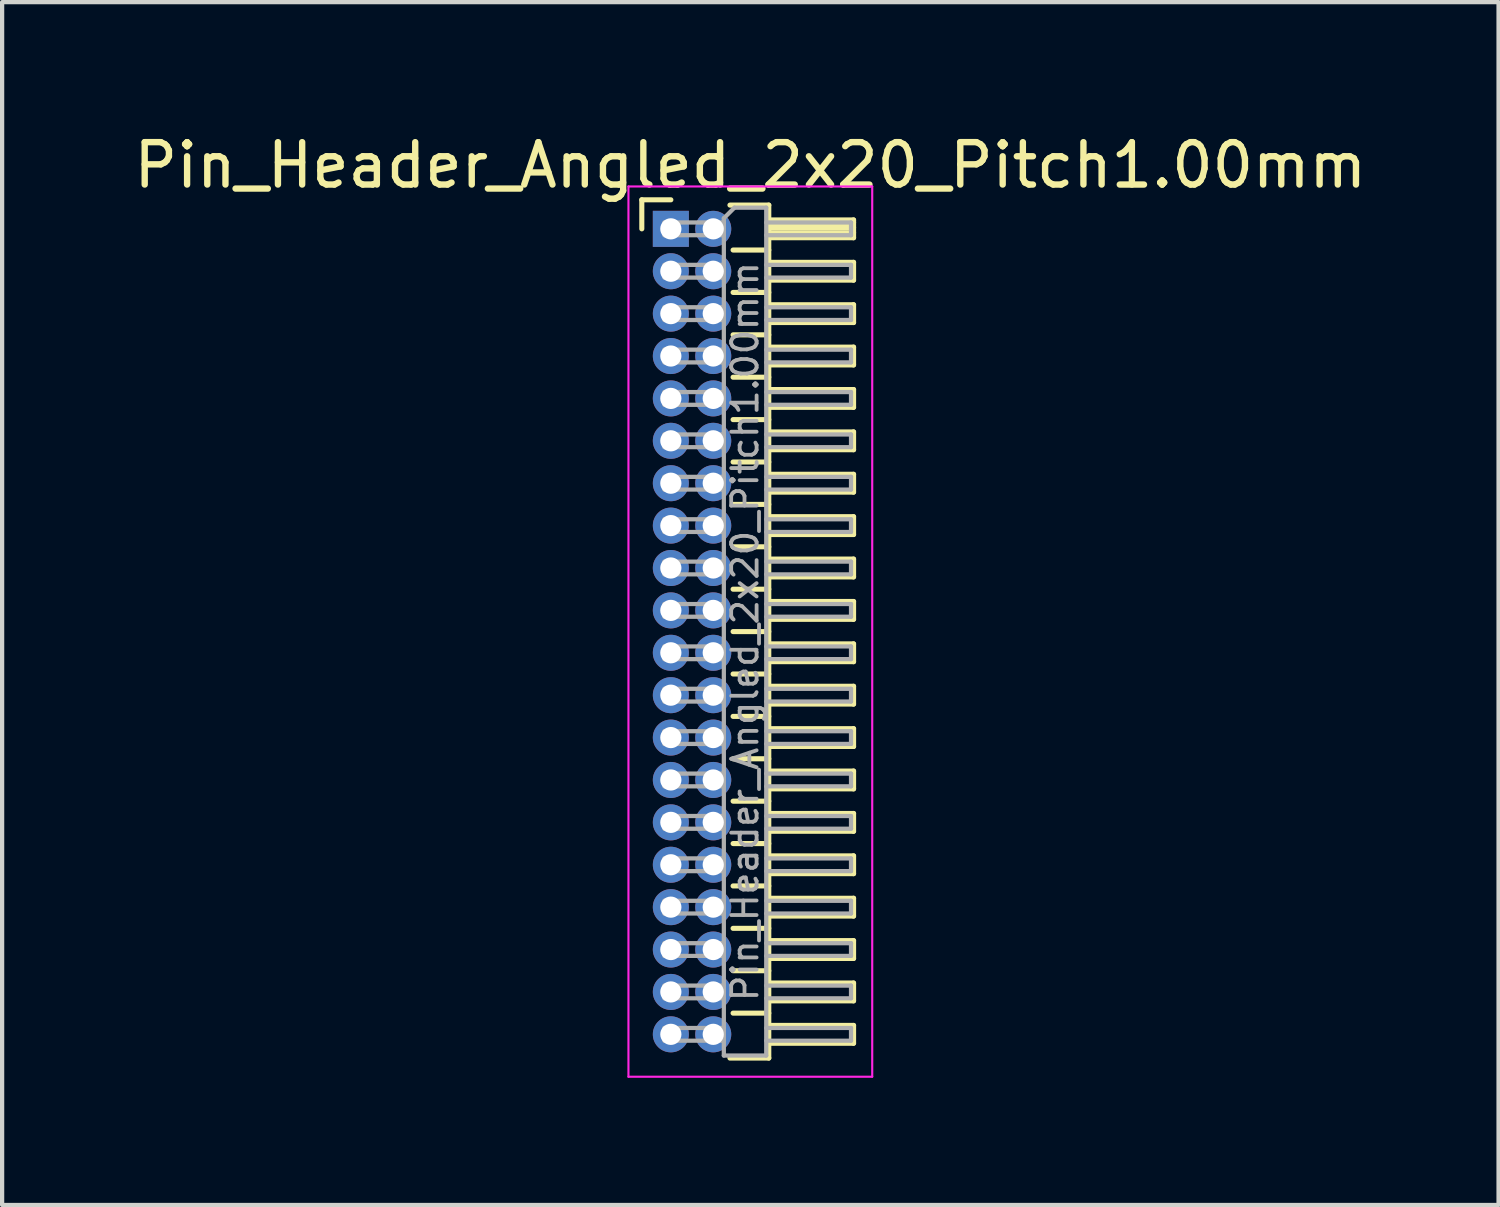
<source format=kicad_pcb>
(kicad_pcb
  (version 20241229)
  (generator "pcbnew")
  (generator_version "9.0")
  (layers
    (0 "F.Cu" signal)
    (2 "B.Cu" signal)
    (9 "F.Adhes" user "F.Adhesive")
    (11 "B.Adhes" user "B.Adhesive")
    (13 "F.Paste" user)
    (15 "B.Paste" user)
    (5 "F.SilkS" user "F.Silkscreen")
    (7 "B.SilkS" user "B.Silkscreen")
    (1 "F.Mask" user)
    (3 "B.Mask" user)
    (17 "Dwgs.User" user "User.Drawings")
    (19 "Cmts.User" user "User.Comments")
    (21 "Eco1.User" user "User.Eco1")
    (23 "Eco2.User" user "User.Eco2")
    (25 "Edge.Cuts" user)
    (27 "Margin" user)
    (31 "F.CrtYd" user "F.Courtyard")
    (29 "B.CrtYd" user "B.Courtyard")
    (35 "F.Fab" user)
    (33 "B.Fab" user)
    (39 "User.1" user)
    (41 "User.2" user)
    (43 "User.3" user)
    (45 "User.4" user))
  (footprint "Pin_Header_Angled_2x20_Pitch1.00mm"
    (layer "F.Cu")
    (at 12.774 2.348)
    (property "Reference" "Pin_Header_Angled_2x20_Pitch1.00mm" (at 1.875 -1.5 0) (layer "F.SilkS") (effects (font (size 1 1) (thickness 0.15))))
    (attr through_hole)
    (fp_line (start -0.685 -0.685) (end 0 -0.685) (stroke (width 0.12) (type solid)) (layer "F.SilkS"))
    (fp_line (start -0.685 0) (end -0.685 -0.685) (stroke (width 0.12) (type solid)) (layer "F.SilkS"))
    (fp_line (start 1.394 -0.56) (end 2.31 -0.56) (stroke (width 0.12) (type solid)) (layer "F.SilkS"))
    (fp_line (start 1.468 0.5) (end 2.31 0.5) (stroke (width 0.12) (type solid)) (layer "F.SilkS"))
    (fp_line (start 1.468 1.5) (end 2.31 1.5) (stroke (width 0.12) (type solid)) (layer "F.SilkS"))
    (fp_line (start 1.468 2.5) (end 2.31 2.5) (stroke (width 0.12) (type solid)) (layer "F.SilkS"))
    (fp_line (start 1.468 3.5) (end 2.31 3.5) (stroke (width 0.12) (type solid)) (layer "F.SilkS"))
    (fp_line (start 1.468 4.5) (end 2.31 4.5) (stroke (width 0.12) (type solid)) (layer "F.SilkS"))
    (fp_line (start 1.468 5.5) (end 2.31 5.5) (stroke (width 0.12) (type solid)) (layer "F.SilkS"))
    (fp_line (start 1.468 6.5) (end 2.31 6.5) (stroke (width 0.12) (type solid)) (layer "F.SilkS"))
    (fp_line (start 1.468 7.5) (end 2.31 7.5) (stroke (width 0.12) (type solid)) (layer "F.SilkS"))
    (fp_line (start 1.468 8.5) (end 2.31 8.5) (stroke (width 0.12) (type solid)) (layer "F.SilkS"))
    (fp_line (start 1.468 9.5) (end 2.31 9.5) (stroke (width 0.12) (type solid)) (layer "F.SilkS"))
    (fp_line (start 1.468 10.5) (end 2.31 10.5) (stroke (width 0.12) (type solid)) (layer "F.SilkS"))
    (fp_line (start 1.468 11.5) (end 2.31 11.5) (stroke (width 0.12) (type solid)) (layer "F.SilkS"))
    (fp_line (start 1.468 12.5) (end 2.31 12.5) (stroke (width 0.12) (type solid)) (layer "F.SilkS"))
    (fp_line (start 1.468 13.5) (end 2.31 13.5) (stroke (width 0.12) (type solid)) (layer "F.SilkS"))
    (fp_line (start 1.468 14.5) (end 2.31 14.5) (stroke (width 0.12) (type solid)) (layer "F.SilkS"))
    (fp_line (start 1.468 15.5) (end 2.31 15.5) (stroke (width 0.12) (type solid)) (layer "F.SilkS"))
    (fp_line (start 1.468 16.5) (end 2.31 16.5) (stroke (width 0.12) (type solid)) (layer "F.SilkS"))
    (fp_line (start 1.468 17.5) (end 2.31 17.5) (stroke (width 0.12) (type solid)) (layer "F.SilkS"))
    (fp_line (start 1.468 18.5) (end 2.31 18.5) (stroke (width 0.12) (type solid)) (layer "F.SilkS"))
    (fp_line (start 2.31 -0.56) (end 2.31 19.56) (stroke (width 0.12) (type solid)) (layer "F.SilkS"))
    (fp_line (start 2.31 -0.21) (end 4.31 -0.21) (stroke (width 0.12) (type solid)) (layer "F.SilkS"))
    (fp_line (start 2.31 -0.15) (end 4.31 -0.15) (stroke (width 0.12) (type solid)) (layer "F.SilkS"))
    (fp_line (start 2.31 -0.03) (end 4.31 -0.03) (stroke (width 0.12) (type solid)) (layer "F.SilkS"))
    (fp_line (start 2.31 0.09) (end 4.31 0.09) (stroke (width 0.12) (type solid)) (layer "F.SilkS"))
    (fp_line (start 2.31 0.79) (end 4.31 0.79) (stroke (width 0.12) (type solid)) (layer "F.SilkS"))
    (fp_line (start 2.31 1.79) (end 4.31 1.79) (stroke (width 0.12) (type solid)) (layer "F.SilkS"))
    (fp_line (start 2.31 2.79) (end 4.31 2.79) (stroke (width 0.12) (type solid)) (layer "F.SilkS"))
    (fp_line (start 2.31 3.79) (end 4.31 3.79) (stroke (width 0.12) (type solid)) (layer "F.SilkS"))
    (fp_line (start 2.31 4.79) (end 4.31 4.79) (stroke (width 0.12) (type solid)) (layer "F.SilkS"))
    (fp_line (start 2.31 5.79) (end 4.31 5.79) (stroke (width 0.12) (type solid)) (layer "F.SilkS"))
    (fp_line (start 2.31 6.79) (end 4.31 6.79) (stroke (width 0.12) (type solid)) (layer "F.SilkS"))
    (fp_line (start 2.31 7.79) (end 4.31 7.79) (stroke (width 0.12) (type solid)) (layer "F.SilkS"))
    (fp_line (start 2.31 8.79) (end 4.31 8.79) (stroke (width 0.12) (type solid)) (layer "F.SilkS"))
    (fp_line (start 2.31 9.79) (end 4.31 9.79) (stroke (width 0.12) (type solid)) (layer "F.SilkS"))
    (fp_line (start 2.31 10.79) (end 4.31 10.79) (stroke (width 0.12) (type solid)) (layer "F.SilkS"))
    (fp_line (start 2.31 11.79) (end 4.31 11.79) (stroke (width 0.12) (type solid)) (layer "F.SilkS"))
    (fp_line (start 2.31 12.79) (end 4.31 12.79) (stroke (width 0.12) (type solid)) (layer "F.SilkS"))
    (fp_line (start 2.31 13.79) (end 4.31 13.79) (stroke (width 0.12) (type solid)) (layer "F.SilkS"))
    (fp_line (start 2.31 14.79) (end 4.31 14.79) (stroke (width 0.12) (type solid)) (layer "F.SilkS"))
    (fp_line (start 2.31 15.79) (end 4.31 15.79) (stroke (width 0.12) (type solid)) (layer "F.SilkS"))
    (fp_line (start 2.31 16.79) (end 4.31 16.79) (stroke (width 0.12) (type solid)) (layer "F.SilkS"))
    (fp_line (start 2.31 17.79) (end 4.31 17.79) (stroke (width 0.12) (type solid)) (layer "F.SilkS"))
    (fp_line (start 2.31 18.79) (end 4.31 18.79) (stroke (width 0.12) (type solid)) (layer "F.SilkS"))
    (fp_line (start 2.31 19.56) (end 1.394 19.56) (stroke (width 0.12) (type solid)) (layer "F.SilkS"))
    (fp_line (start 4.31 -0.21) (end 4.31 0.21) (stroke (width 0.12) (type solid)) (layer "F.SilkS"))
    (fp_line (start 4.31 0.21) (end 2.31 0.21) (stroke (width 0.12) (type solid)) (layer "F.SilkS"))
    (fp_line (start 4.31 0.79) (end 4.31 1.21) (stroke (width 0.12) (type solid)) (layer "F.SilkS"))
    (fp_line (start 4.31 1.21) (end 2.31 1.21) (stroke (width 0.12) (type solid)) (layer "F.SilkS"))
    (fp_line (start 4.31 1.79) (end 4.31 2.21) (stroke (width 0.12) (type solid)) (layer "F.SilkS"))
    (fp_line (start 4.31 2.21) (end 2.31 2.21) (stroke (width 0.12) (type solid)) (layer "F.SilkS"))
    (fp_line (start 4.31 2.79) (end 4.31 3.21) (stroke (width 0.12) (type solid)) (layer "F.SilkS"))
    (fp_line (start 4.31 3.21) (end 2.31 3.21) (stroke (width 0.12) (type solid)) (layer "F.SilkS"))
    (fp_line (start 4.31 3.79) (end 4.31 4.21) (stroke (width 0.12) (type solid)) (layer "F.SilkS"))
    (fp_line (start 4.31 4.21) (end 2.31 4.21) (stroke (width 0.12) (type solid)) (layer "F.SilkS"))
    (fp_line (start 4.31 4.79) (end 4.31 5.21) (stroke (width 0.12) (type solid)) (layer "F.SilkS"))
    (fp_line (start 4.31 5.21) (end 2.31 5.21) (stroke (width 0.12) (type solid)) (layer "F.SilkS"))
    (fp_line (start 4.31 5.79) (end 4.31 6.21) (stroke (width 0.12) (type solid)) (layer "F.SilkS"))
    (fp_line (start 4.31 6.21) (end 2.31 6.21) (stroke (width 0.12) (type solid)) (layer "F.SilkS"))
    (fp_line (start 4.31 6.79) (end 4.31 7.21) (stroke (width 0.12) (type solid)) (layer "F.SilkS"))
    (fp_line (start 4.31 7.21) (end 2.31 7.21) (stroke (width 0.12) (type solid)) (layer "F.SilkS"))
    (fp_line (start 4.31 7.79) (end 4.31 8.21) (stroke (width 0.12) (type solid)) (layer "F.SilkS"))
    (fp_line (start 4.31 8.21) (end 2.31 8.21) (stroke (width 0.12) (type solid)) (layer "F.SilkS"))
    (fp_line (start 4.31 8.79) (end 4.31 9.21) (stroke (width 0.12) (type solid)) (layer "F.SilkS"))
    (fp_line (start 4.31 9.21) (end 2.31 9.21) (stroke (width 0.12) (type solid)) (layer "F.SilkS"))
    (fp_line (start 4.31 9.79) (end 4.31 10.21) (stroke (width 0.12) (type solid)) (layer "F.SilkS"))
    (fp_line (start 4.31 10.21) (end 2.31 10.21) (stroke (width 0.12) (type solid)) (layer "F.SilkS"))
    (fp_line (start 4.31 10.79) (end 4.31 11.21) (stroke (width 0.12) (type solid)) (layer "F.SilkS"))
    (fp_line (start 4.31 11.21) (end 2.31 11.21) (stroke (width 0.12) (type solid)) (layer "F.SilkS"))
    (fp_line (start 4.31 11.79) (end 4.31 12.21) (stroke (width 0.12) (type solid)) (layer "F.SilkS"))
    (fp_line (start 4.31 12.21) (end 2.31 12.21) (stroke (width 0.12) (type solid)) (layer "F.SilkS"))
    (fp_line (start 4.31 12.79) (end 4.31 13.21) (stroke (width 0.12) (type solid)) (layer "F.SilkS"))
    (fp_line (start 4.31 13.21) (end 2.31 13.21) (stroke (width 0.12) (type solid)) (layer "F.SilkS"))
    (fp_line (start 4.31 13.79) (end 4.31 14.21) (stroke (width 0.12) (type solid)) (layer "F.SilkS"))
    (fp_line (start 4.31 14.21) (end 2.31 14.21) (stroke (width 0.12) (type solid)) (layer "F.SilkS"))
    (fp_line (start 4.31 14.79) (end 4.31 15.21) (stroke (width 0.12) (type solid)) (layer "F.SilkS"))
    (fp_line (start 4.31 15.21) (end 2.31 15.21) (stroke (width 0.12) (type solid)) (layer "F.SilkS"))
    (fp_line (start 4.31 15.79) (end 4.31 16.21) (stroke (width 0.12) (type solid)) (layer "F.SilkS"))
    (fp_line (start 4.31 16.21) (end 2.31 16.21) (stroke (width 0.12) (type solid)) (layer "F.SilkS"))
    (fp_line (start 4.31 16.79) (end 4.31 17.21) (stroke (width 0.12) (type solid)) (layer "F.SilkS"))
    (fp_line (start 4.31 17.21) (end 2.31 17.21) (stroke (width 0.12) (type solid)) (layer "F.SilkS"))
    (fp_line (start 4.31 17.79) (end 4.31 18.21) (stroke (width 0.12) (type solid)) (layer "F.SilkS"))
    (fp_line (start 4.31 18.21) (end 2.31 18.21) (stroke (width 0.12) (type solid)) (layer "F.SilkS"))
    (fp_line (start 4.31 18.79) (end 4.31 19.21) (stroke (width 0.12) (type solid)) (layer "F.SilkS"))
    (fp_line (start 4.31 19.21) (end 2.31 19.21) (stroke (width 0.12) (type solid)) (layer "F.SilkS"))
    (fp_line (start -1 -1) (end -1 20) (stroke (width 0.05) (type solid)) (layer "F.CrtYd"))
    (fp_line (start -1 20) (end 4.75 20) (stroke (width 0.05) (type solid)) (layer "F.CrtYd"))
    (fp_line (start 4.75 -1) (end -1 -1) (stroke (width 0.05) (type solid)) (layer "F.CrtYd"))
    (fp_line (start 4.75 20) (end 4.75 -1) (stroke (width 0.05) (type solid)) (layer "F.CrtYd"))
    (fp_line (start -0.15 -0.15) (end -0.15 0.15) (stroke (width 0.1) (type solid)) (layer "F.Fab"))
    (fp_line (start -0.15 -0.15) (end 1.25 -0.15) (stroke (width 0.1) (type solid)) (layer "F.Fab"))
    (fp_line (start -0.15 0.15) (end 1.25 0.15) (stroke (width 0.1) (type solid)) (layer "F.Fab"))
    (fp_line (start -0.15 0.85) (end -0.15 1.15) (stroke (width 0.1) (type solid)) (layer "F.Fab"))
    (fp_line (start -0.15 0.85) (end 1.25 0.85) (stroke (width 0.1) (type solid)) (layer "F.Fab"))
    (fp_line (start -0.15 1.15) (end 1.25 1.15) (stroke (width 0.1) (type solid)) (layer "F.Fab"))
    (fp_line (start -0.15 1.85) (end -0.15 2.15) (stroke (width 0.1) (type solid)) (layer "F.Fab"))
    (fp_line (start -0.15 1.85) (end 1.25 1.85) (stroke (width 0.1) (type solid)) (layer "F.Fab"))
    (fp_line (start -0.15 2.15) (end 1.25 2.15) (stroke (width 0.1) (type solid)) (layer "F.Fab"))
    (fp_line (start -0.15 2.85) (end -0.15 3.15) (stroke (width 0.1) (type solid)) (layer "F.Fab"))
    (fp_line (start -0.15 2.85) (end 1.25 2.85) (stroke (width 0.1) (type solid)) (layer "F.Fab"))
    (fp_line (start -0.15 3.15) (end 1.25 3.15) (stroke (width 0.1) (type solid)) (layer "F.Fab"))
    (fp_line (start -0.15 3.85) (end -0.15 4.15) (stroke (width 0.1) (type solid)) (layer "F.Fab"))
    (fp_line (start -0.15 3.85) (end 1.25 3.85) (stroke (width 0.1) (type solid)) (layer "F.Fab"))
    (fp_line (start -0.15 4.15) (end 1.25 4.15) (stroke (width 0.1) (type solid)) (layer "F.Fab"))
    (fp_line (start -0.15 4.85) (end -0.15 5.15) (stroke (width 0.1) (type solid)) (layer "F.Fab"))
    (fp_line (start -0.15 4.85) (end 1.25 4.85) (stroke (width 0.1) (type solid)) (layer "F.Fab"))
    (fp_line (start -0.15 5.15) (end 1.25 5.15) (stroke (width 0.1) (type solid)) (layer "F.Fab"))
    (fp_line (start -0.15 5.85) (end -0.15 6.15) (stroke (width 0.1) (type solid)) (layer "F.Fab"))
    (fp_line (start -0.15 5.85) (end 1.25 5.85) (stroke (width 0.1) (type solid)) (layer "F.Fab"))
    (fp_line (start -0.15 6.15) (end 1.25 6.15) (stroke (width 0.1) (type solid)) (layer "F.Fab"))
    (fp_line (start -0.15 6.85) (end -0.15 7.15) (stroke (width 0.1) (type solid)) (layer "F.Fab"))
    (fp_line (start -0.15 6.85) (end 1.25 6.85) (stroke (width 0.1) (type solid)) (layer "F.Fab"))
    (fp_line (start -0.15 7.15) (end 1.25 7.15) (stroke (width 0.1) (type solid)) (layer "F.Fab"))
    (fp_line (start -0.15 7.85) (end -0.15 8.15) (stroke (width 0.1) (type solid)) (layer "F.Fab"))
    (fp_line (start -0.15 7.85) (end 1.25 7.85) (stroke (width 0.1) (type solid)) (layer "F.Fab"))
    (fp_line (start -0.15 8.15) (end 1.25 8.15) (stroke (width 0.1) (type solid)) (layer "F.Fab"))
    (fp_line (start -0.15 8.85) (end -0.15 9.15) (stroke (width 0.1) (type solid)) (layer "F.Fab"))
    (fp_line (start -0.15 8.85) (end 1.25 8.85) (stroke (width 0.1) (type solid)) (layer "F.Fab"))
    (fp_line (start -0.15 9.15) (end 1.25 9.15) (stroke (width 0.1) (type solid)) (layer "F.Fab"))
    (fp_line (start -0.15 9.85) (end -0.15 10.15) (stroke (width 0.1) (type solid)) (layer "F.Fab"))
    (fp_line (start -0.15 9.85) (end 1.25 9.85) (stroke (width 0.1) (type solid)) (layer "F.Fab"))
    (fp_line (start -0.15 10.15) (end 1.25 10.15) (stroke (width 0.1) (type solid)) (layer "F.Fab"))
    (fp_line (start -0.15 10.85) (end -0.15 11.15) (stroke (width 0.1) (type solid)) (layer "F.Fab"))
    (fp_line (start -0.15 10.85) (end 1.25 10.85) (stroke (width 0.1) (type solid)) (layer "F.Fab"))
    (fp_line (start -0.15 11.15) (end 1.25 11.15) (stroke (width 0.1) (type solid)) (layer "F.Fab"))
    (fp_line (start -0.15 11.85) (end -0.15 12.15) (stroke (width 0.1) (type solid)) (layer "F.Fab"))
    (fp_line (start -0.15 11.85) (end 1.25 11.85) (stroke (width 0.1) (type solid)) (layer "F.Fab"))
    (fp_line (start -0.15 12.15) (end 1.25 12.15) (stroke (width 0.1) (type solid)) (layer "F.Fab"))
    (fp_line (start -0.15 12.85) (end -0.15 13.15) (stroke (width 0.1) (type solid)) (layer "F.Fab"))
    (fp_line (start -0.15 12.85) (end 1.25 12.85) (stroke (width 0.1) (type solid)) (layer "F.Fab"))
    (fp_line (start -0.15 13.15) (end 1.25 13.15) (stroke (width 0.1) (type solid)) (layer "F.Fab"))
    (fp_line (start -0.15 13.85) (end -0.15 14.15) (stroke (width 0.1) (type solid)) (layer "F.Fab"))
    (fp_line (start -0.15 13.85) (end 1.25 13.85) (stroke (width 0.1) (type solid)) (layer "F.Fab"))
    (fp_line (start -0.15 14.15) (end 1.25 14.15) (stroke (width 0.1) (type solid)) (layer "F.Fab"))
    (fp_line (start -0.15 14.85) (end -0.15 15.15) (stroke (width 0.1) (type solid)) (layer "F.Fab"))
    (fp_line (start -0.15 14.85) (end 1.25 14.85) (stroke (width 0.1) (type solid)) (layer "F.Fab"))
    (fp_line (start -0.15 15.15) (end 1.25 15.15) (stroke (width 0.1) (type solid)) (layer "F.Fab"))
    (fp_line (start -0.15 15.85) (end -0.15 16.15) (stroke (width 0.1) (type solid)) (layer "F.Fab"))
    (fp_line (start -0.15 15.85) (end 1.25 15.85) (stroke (width 0.1) (type solid)) (layer "F.Fab"))
    (fp_line (start -0.15 16.15) (end 1.25 16.15) (stroke (width 0.1) (type solid)) (layer "F.Fab"))
    (fp_line (start -0.15 16.85) (end -0.15 17.15) (stroke (width 0.1) (type solid)) (layer "F.Fab"))
    (fp_line (start -0.15 16.85) (end 1.25 16.85) (stroke (width 0.1) (type solid)) (layer "F.Fab"))
    (fp_line (start -0.15 17.15) (end 1.25 17.15) (stroke (width 0.1) (type solid)) (layer "F.Fab"))
    (fp_line (start -0.15 17.85) (end -0.15 18.15) (stroke (width 0.1) (type solid)) (layer "F.Fab"))
    (fp_line (start -0.15 17.85) (end 1.25 17.85) (stroke (width 0.1) (type solid)) (layer "F.Fab"))
    (fp_line (start -0.15 18.15) (end 1.25 18.15) (stroke (width 0.1) (type solid)) (layer "F.Fab"))
    (fp_line (start -0.15 18.85) (end -0.15 19.15) (stroke (width 0.1) (type solid)) (layer "F.Fab"))
    (fp_line (start -0.15 18.85) (end 1.25 18.85) (stroke (width 0.1) (type solid)) (layer "F.Fab"))
    (fp_line (start -0.15 19.15) (end 1.25 19.15) (stroke (width 0.1) (type solid)) (layer "F.Fab"))
    (fp_line (start 1.25 -0.25) (end 1.5 -0.5) (stroke (width 0.1) (type solid)) (layer "F.Fab"))
    (fp_line (start 1.25 19.5) (end 1.25 -0.25) (stroke (width 0.1) (type solid)) (layer "F.Fab"))
    (fp_line (start 1.5 -0.5) (end 2.25 -0.5) (stroke (width 0.1) (type solid)) (layer "F.Fab"))
    (fp_line (start 2.25 -0.5) (end 2.25 19.5) (stroke (width 0.1) (type solid)) (layer "F.Fab"))
    (fp_line (start 2.25 -0.15) (end 4.25 -0.15) (stroke (width 0.1) (type solid)) (layer "F.Fab"))
    (fp_line (start 2.25 0.15) (end 4.25 0.15) (stroke (width 0.1) (type solid)) (layer "F.Fab"))
    (fp_line (start 2.25 0.85) (end 4.25 0.85) (stroke (width 0.1) (type solid)) (layer "F.Fab"))
    (fp_line (start 2.25 1.15) (end 4.25 1.15) (stroke (width 0.1) (type solid)) (layer "F.Fab"))
    (fp_line (start 2.25 1.85) (end 4.25 1.85) (stroke (width 0.1) (type solid)) (layer "F.Fab"))
    (fp_line (start 2.25 2.15) (end 4.25 2.15) (stroke (width 0.1) (type solid)) (layer "F.Fab"))
    (fp_line (start 2.25 2.85) (end 4.25 2.85) (stroke (width 0.1) (type solid)) (layer "F.Fab"))
    (fp_line (start 2.25 3.15) (end 4.25 3.15) (stroke (width 0.1) (type solid)) (layer "F.Fab"))
    (fp_line (start 2.25 3.85) (end 4.25 3.85) (stroke (width 0.1) (type solid)) (layer "F.Fab"))
    (fp_line (start 2.25 4.15) (end 4.25 4.15) (stroke (width 0.1) (type solid)) (layer "F.Fab"))
    (fp_line (start 2.25 4.85) (end 4.25 4.85) (stroke (width 0.1) (type solid)) (layer "F.Fab"))
    (fp_line (start 2.25 5.15) (end 4.25 5.15) (stroke (width 0.1) (type solid)) (layer "F.Fab"))
    (fp_line (start 2.25 5.85) (end 4.25 5.85) (stroke (width 0.1) (type solid)) (layer "F.Fab"))
    (fp_line (start 2.25 6.15) (end 4.25 6.15) (stroke (width 0.1) (type solid)) (layer "F.Fab"))
    (fp_line (start 2.25 6.85) (end 4.25 6.85) (stroke (width 0.1) (type solid)) (layer "F.Fab"))
    (fp_line (start 2.25 7.15) (end 4.25 7.15) (stroke (width 0.1) (type solid)) (layer "F.Fab"))
    (fp_line (start 2.25 7.85) (end 4.25 7.85) (stroke (width 0.1) (type solid)) (layer "F.Fab"))
    (fp_line (start 2.25 8.15) (end 4.25 8.15) (stroke (width 0.1) (type solid)) (layer "F.Fab"))
    (fp_line (start 2.25 8.85) (end 4.25 8.85) (stroke (width 0.1) (type solid)) (layer "F.Fab"))
    (fp_line (start 2.25 9.15) (end 4.25 9.15) (stroke (width 0.1) (type solid)) (layer "F.Fab"))
    (fp_line (start 2.25 9.85) (end 4.25 9.85) (stroke (width 0.1) (type solid)) (layer "F.Fab"))
    (fp_line (start 2.25 10.15) (end 4.25 10.15) (stroke (width 0.1) (type solid)) (layer "F.Fab"))
    (fp_line (start 2.25 10.85) (end 4.25 10.85) (stroke (width 0.1) (type solid)) (layer "F.Fab"))
    (fp_line (start 2.25 11.15) (end 4.25 11.15) (stroke (width 0.1) (type solid)) (layer "F.Fab"))
    (fp_line (start 2.25 11.85) (end 4.25 11.85) (stroke (width 0.1) (type solid)) (layer "F.Fab"))
    (fp_line (start 2.25 12.15) (end 4.25 12.15) (stroke (width 0.1) (type solid)) (layer "F.Fab"))
    (fp_line (start 2.25 12.85) (end 4.25 12.85) (stroke (width 0.1) (type solid)) (layer "F.Fab"))
    (fp_line (start 2.25 13.15) (end 4.25 13.15) (stroke (width 0.1) (type solid)) (layer "F.Fab"))
    (fp_line (start 2.25 13.85) (end 4.25 13.85) (stroke (width 0.1) (type solid)) (layer "F.Fab"))
    (fp_line (start 2.25 14.15) (end 4.25 14.15) (stroke (width 0.1) (type solid)) (layer "F.Fab"))
    (fp_line (start 2.25 14.85) (end 4.25 14.85) (stroke (width 0.1) (type solid)) (layer "F.Fab"))
    (fp_line (start 2.25 15.15) (end 4.25 15.15) (stroke (width 0.1) (type solid)) (layer "F.Fab"))
    (fp_line (start 2.25 15.85) (end 4.25 15.85) (stroke (width 0.1) (type solid)) (layer "F.Fab"))
    (fp_line (start 2.25 16.15) (end 4.25 16.15) (stroke (width 0.1) (type solid)) (layer "F.Fab"))
    (fp_line (start 2.25 16.85) (end 4.25 16.85) (stroke (width 0.1) (type solid)) (layer "F.Fab"))
    (fp_line (start 2.25 17.15) (end 4.25 17.15) (stroke (width 0.1) (type solid)) (layer "F.Fab"))
    (fp_line (start 2.25 17.85) (end 4.25 17.85) (stroke (width 0.1) (type solid)) (layer "F.Fab"))
    (fp_line (start 2.25 18.15) (end 4.25 18.15) (stroke (width 0.1) (type solid)) (layer "F.Fab"))
    (fp_line (start 2.25 18.85) (end 4.25 18.85) (stroke (width 0.1) (type solid)) (layer "F.Fab"))
    (fp_line (start 2.25 19.15) (end 4.25 19.15) (stroke (width 0.1) (type solid)) (layer "F.Fab"))
    (fp_line (start 2.25 19.5) (end 1.25 19.5) (stroke (width 0.1) (type solid)) (layer "F.Fab"))
    (fp_line (start 4.25 -0.15) (end 4.25 0.15) (stroke (width 0.1) (type solid)) (layer "F.Fab"))
    (fp_line (start 4.25 0.85) (end 4.25 1.15) (stroke (width 0.1) (type solid)) (layer "F.Fab"))
    (fp_line (start 4.25 1.85) (end 4.25 2.15) (stroke (width 0.1) (type solid)) (layer "F.Fab"))
    (fp_line (start 4.25 2.85) (end 4.25 3.15) (stroke (width 0.1) (type solid)) (layer "F.Fab"))
    (fp_line (start 4.25 3.85) (end 4.25 4.15) (stroke (width 0.1) (type solid)) (layer "F.Fab"))
    (fp_line (start 4.25 4.85) (end 4.25 5.15) (stroke (width 0.1) (type solid)) (layer "F.Fab"))
    (fp_line (start 4.25 5.85) (end 4.25 6.15) (stroke (width 0.1) (type solid)) (layer "F.Fab"))
    (fp_line (start 4.25 6.85) (end 4.25 7.15) (stroke (width 0.1) (type solid)) (layer "F.Fab"))
    (fp_line (start 4.25 7.85) (end 4.25 8.15) (stroke (width 0.1) (type solid)) (layer "F.Fab"))
    (fp_line (start 4.25 8.85) (end 4.25 9.15) (stroke (width 0.1) (type solid)) (layer "F.Fab"))
    (fp_line (start 4.25 9.85) (end 4.25 10.15) (stroke (width 0.1) (type solid)) (layer "F.Fab"))
    (fp_line (start 4.25 10.85) (end 4.25 11.15) (stroke (width 0.1) (type solid)) (layer "F.Fab"))
    (fp_line (start 4.25 11.85) (end 4.25 12.15) (stroke (width 0.1) (type solid)) (layer "F.Fab"))
    (fp_line (start 4.25 12.85) (end 4.25 13.15) (stroke (width 0.1) (type solid)) (layer "F.Fab"))
    (fp_line (start 4.25 13.85) (end 4.25 14.15) (stroke (width 0.1) (type solid)) (layer "F.Fab"))
    (fp_line (start 4.25 14.85) (end 4.25 15.15) (stroke (width 0.1) (type solid)) (layer "F.Fab"))
    (fp_line (start 4.25 15.85) (end 4.25 16.15) (stroke (width 0.1) (type solid)) (layer "F.Fab"))
    (fp_line (start 4.25 16.85) (end 4.25 17.15) (stroke (width 0.1) (type solid)) (layer "F.Fab"))
    (fp_line (start 4.25 17.85) (end 4.25 18.15) (stroke (width 0.1) (type solid)) (layer "F.Fab"))
    (fp_line (start 4.25 18.85) (end 4.25 19.15) (stroke (width 0.1) (type solid)) (layer "F.Fab"))
    (fp_text user "${REFERENCE}" (at 1.75 9.5 90) (layer "F.Fab") (effects (font (size 0.6 0.6) (thickness 0.09))))
    (pad "1" thru_hole rect (at 0 0) (size 0.85 0.85) (drill 0.5) (layers "*.Cu" "*.Mask"))
    (pad "2" thru_hole oval (at 1 0) (size 0.85 0.85) (drill 0.5) (layers "*.Cu" "*.Mask"))
    (pad "3" thru_hole oval (at 0 1) (size 0.85 0.85) (drill 0.5) (layers "*.Cu" "*.Mask"))
    (pad "4" thru_hole oval (at 1 1) (size 0.85 0.85) (drill 0.5) (layers "*.Cu" "*.Mask"))
    (pad "5" thru_hole oval (at 0 2) (size 0.85 0.85) (drill 0.5) (layers "*.Cu" "*.Mask"))
    (pad "6" thru_hole oval (at 1 2) (size 0.85 0.85) (drill 0.5) (layers "*.Cu" "*.Mask"))
    (pad "7" thru_hole oval (at 0 3) (size 0.85 0.85) (drill 0.5) (layers "*.Cu" "*.Mask"))
    (pad "8" thru_hole oval (at 1 3) (size 0.85 0.85) (drill 0.5) (layers "*.Cu" "*.Mask"))
    (pad "9" thru_hole oval (at 0 4) (size 0.85 0.85) (drill 0.5) (layers "*.Cu" "*.Mask"))
    (pad "10" thru_hole oval (at 1 4) (size 0.85 0.85) (drill 0.5) (layers "*.Cu" "*.Mask"))
    (pad "11" thru_hole oval (at 0 5) (size 0.85 0.85) (drill 0.5) (layers "*.Cu" "*.Mask"))
    (pad "12" thru_hole oval (at 1 5) (size 0.85 0.85) (drill 0.5) (layers "*.Cu" "*.Mask"))
    (pad "13" thru_hole oval (at 0 6) (size 0.85 0.85) (drill 0.5) (layers "*.Cu" "*.Mask"))
    (pad "14" thru_hole oval (at 1 6) (size 0.85 0.85) (drill 0.5) (layers "*.Cu" "*.Mask"))
    (pad "15" thru_hole oval (at 0 7) (size 0.85 0.85) (drill 0.5) (layers "*.Cu" "*.Mask"))
    (pad "16" thru_hole oval (at 1 7) (size 0.85 0.85) (drill 0.5) (layers "*.Cu" "*.Mask"))
    (pad "17" thru_hole oval (at 0 8) (size 0.85 0.85) (drill 0.5) (layers "*.Cu" "*.Mask"))
    (pad "18" thru_hole oval (at 1 8) (size 0.85 0.85) (drill 0.5) (layers "*.Cu" "*.Mask"))
    (pad "19" thru_hole oval (at 0 9) (size 0.85 0.85) (drill 0.5) (layers "*.Cu" "*.Mask"))
    (pad "20" thru_hole oval (at 1 9) (size 0.85 0.85) (drill 0.5) (layers "*.Cu" "*.Mask"))
    (pad "21" thru_hole oval (at 0 10) (size 0.85 0.85) (drill 0.5) (layers "*.Cu" "*.Mask"))
    (pad "22" thru_hole oval (at 1 10) (size 0.85 0.85) (drill 0.5) (layers "*.Cu" "*.Mask"))
    (pad "23" thru_hole oval (at 0 11) (size 0.85 0.85) (drill 0.5) (layers "*.Cu" "*.Mask"))
    (pad "24" thru_hole oval (at 1 11) (size 0.85 0.85) (drill 0.5) (layers "*.Cu" "*.Mask"))
    (pad "25" thru_hole oval (at 0 12) (size 0.85 0.85) (drill 0.5) (layers "*.Cu" "*.Mask"))
    (pad "26" thru_hole oval (at 1 12) (size 0.85 0.85) (drill 0.5) (layers "*.Cu" "*.Mask"))
    (pad "27" thru_hole oval (at 0 13) (size 0.85 0.85) (drill 0.5) (layers "*.Cu" "*.Mask"))
    (pad "28" thru_hole oval (at 1 13) (size 0.85 0.85) (drill 0.5) (layers "*.Cu" "*.Mask"))
    (pad "29" thru_hole oval (at 0 14) (size 0.85 0.85) (drill 0.5) (layers "*.Cu" "*.Mask"))
    (pad "30" thru_hole oval (at 1 14) (size 0.85 0.85) (drill 0.5) (layers "*.Cu" "*.Mask"))
    (pad "31" thru_hole oval (at 0 15) (size 0.85 0.85) (drill 0.5) (layers "*.Cu" "*.Mask"))
    (pad "32" thru_hole oval (at 1 15) (size 0.85 0.85) (drill 0.5) (layers "*.Cu" "*.Mask"))
    (pad "33" thru_hole oval (at 0 16) (size 0.85 0.85) (drill 0.5) (layers "*.Cu" "*.Mask"))
    (pad "34" thru_hole oval (at 1 16) (size 0.85 0.85) (drill 0.5) (layers "*.Cu" "*.Mask"))
    (pad "35" thru_hole oval (at 0 17) (size 0.85 0.85) (drill 0.5) (layers "*.Cu" "*.Mask"))
    (pad "36" thru_hole oval (at 1 17) (size 0.85 0.85) (drill 0.5) (layers "*.Cu" "*.Mask"))
    (pad "37" thru_hole oval (at 0 18) (size 0.85 0.85) (drill 0.5) (layers "*.Cu" "*.Mask"))
    (pad "38" thru_hole oval (at 1 18) (size 0.85 0.85) (drill 0.5) (layers "*.Cu" "*.Mask"))
    (pad "39" thru_hole oval (at 0 19) (size 0.85 0.85) (drill 0.5) (layers "*.Cu" "*.Mask"))
    (pad "40" thru_hole oval (at 1 19) (size 0.85 0.85) (drill 0.5) (layers "*.Cu" "*.Mask")))
  (gr_rect
    (start -3 -3)
    (end 32.298 25.373)
    (stroke (width 0.1) (type default))
    (fill no)
    (layer "Edge.Cuts")))
</source>
